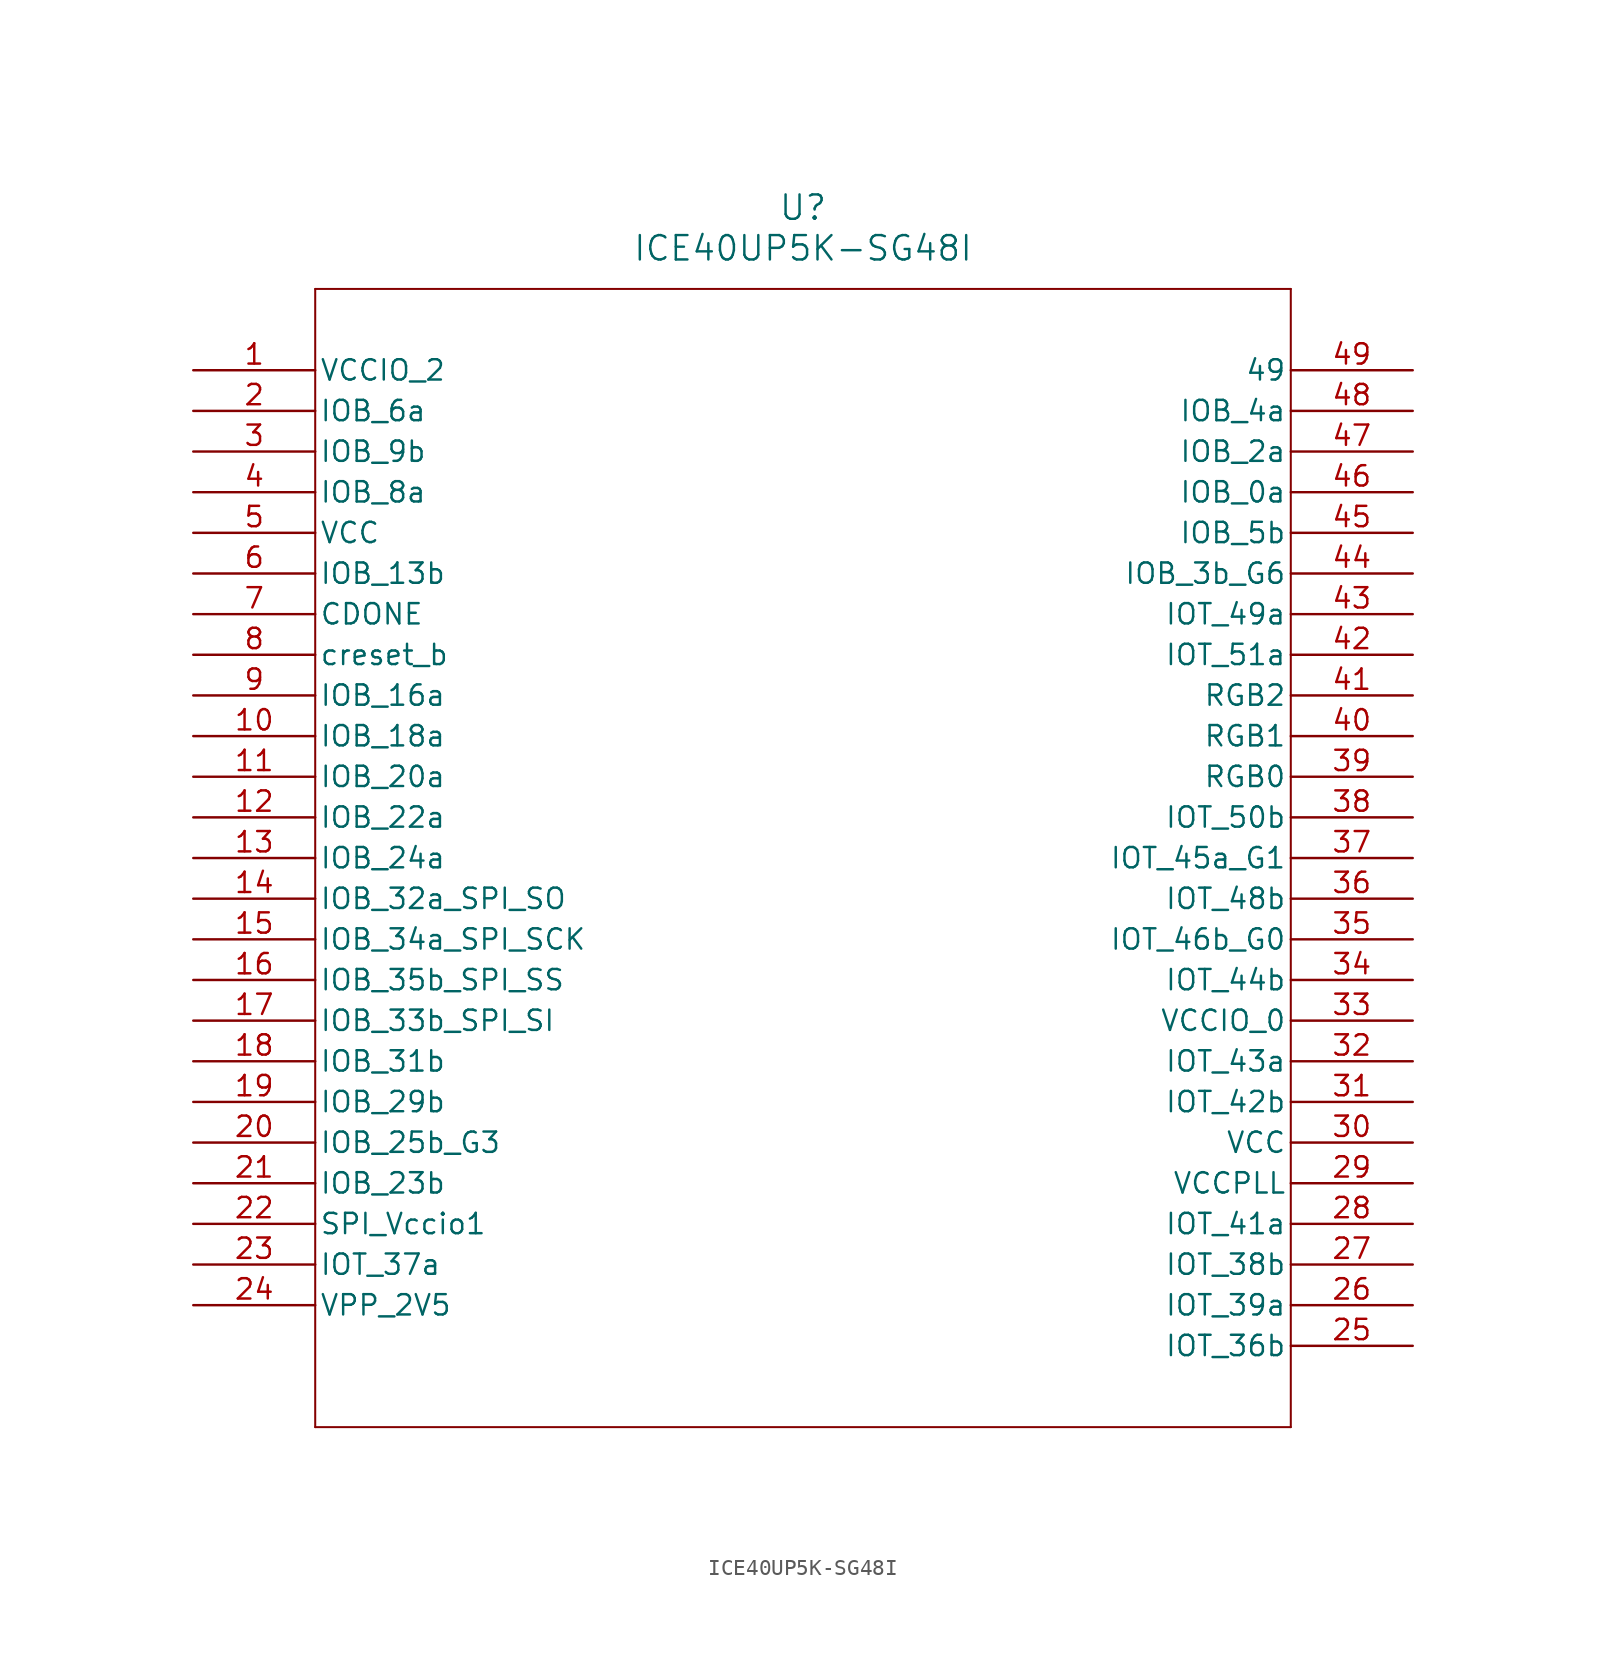
<source format=kicad_sym>
(kicad_symbol_lib
  (version 20211014)
  (generator kicad_symbol_editor)
  (symbol "ICE40UP5K-SG48I"
    (pin_names
      (offset 0.254))
    (property "Reference" "U"
      (at 38.1 10.16 0)
      (effects (font (size 1.524 1.524))))
    (property "Value" "ICE40UP5K-SG48I"
      (at 38.1 7.62 0)
      (effects (font (size 1.524 1.524))))
    (symbol "ICE40UP5K-SG48I_0_1"
      (polyline (pts (xy 7.62 5.08) (xy 7.62 -66.04)) (stroke (width 0.127) (type default) (color 0 0 0 0)) (fill (type none)))
      (polyline (pts (xy 7.62 -66.04) (xy 68.58 -66.04)) (stroke (width 0.127) (type default) (color 0 0 0 0)) (fill (type none)))
      (polyline (pts (xy 68.58 -66.04) (xy 68.58 5.08)) (stroke (width 0.127) (type default) (color 0 0 0 0)) (fill (type none)))
      (polyline (pts (xy 68.58 5.08) (xy 7.62 5.08)) (stroke (width 0.127) (type default) (color 0 0 0 0)) (fill (type none)))
      (pin power_in line (at 0 0 0) (length 7.62) (name "VCCIO_2" (effects (font (size 1.27 1.27)))) (number "1" (effects (font (size 1.27 1.27)))))
      (pin bidirectional line (at 0 -2.54 0) (length 7.62) (name "IOB_6a" (effects (font (size 1.27 1.27)))) (number "2" (effects (font (size 1.27 1.27)))))
      (pin bidirectional line (at 0 -5.08 0) (length 7.62) (name "IOB_9b" (effects (font (size 1.27 1.27)))) (number "3" (effects (font (size 1.27 1.27)))))
      (pin bidirectional line (at 0 -7.62 0) (length 7.62) (name "IOB_8a" (effects (font (size 1.27 1.27)))) (number "4" (effects (font (size 1.27 1.27)))))
      (pin power_in line (at 0 -10.16 0) (length 7.62) (name "VCC" (effects (font (size 1.27 1.27)))) (number "5" (effects (font (size 1.27 1.27)))))
      (pin bidirectional line (at 0 -12.7 0) (length 7.62) (name "IOB_13b" (effects (font (size 1.27 1.27)))) (number "6" (effects (font (size 1.27 1.27)))))
      (pin bidirectional line (at 0 -15.24 0) (length 7.62) (name "CDONE" (effects (font (size 1.27 1.27)))) (number "7" (effects (font (size 1.27 1.27)))))
      (pin unspecified line (at 0 -17.78 0) (length 7.62) (name "creset_b" (effects (font (size 1.27 1.27)))) (number "8" (effects (font (size 1.27 1.27)))))
      (pin bidirectional line (at 0 -20.32 0) (length 7.62) (name "IOB_16a" (effects (font (size 1.27 1.27)))) (number "9" (effects (font (size 1.27 1.27)))))
      (pin bidirectional line (at 0 -22.86 0) (length 7.62) (name "IOB_18a" (effects (font (size 1.27 1.27)))) (number "10" (effects (font (size 1.27 1.27)))))
      (pin bidirectional line (at 0 -25.4 0) (length 7.62) (name "IOB_20a" (effects (font (size 1.27 1.27)))) (number "11" (effects (font (size 1.27 1.27)))))
      (pin bidirectional line (at 0 -27.94 0) (length 7.62) (name "IOB_22a" (effects (font (size 1.27 1.27)))) (number "12" (effects (font (size 1.27 1.27)))))
      (pin bidirectional line (at 0 -30.48 0) (length 7.62) (name "IOB_24a" (effects (font (size 1.27 1.27)))) (number "13" (effects (font (size 1.27 1.27)))))
      (pin bidirectional line (at 0 -33.02 0) (length 7.62) (name "IOB_32a_SPI_SO" (effects (font (size 1.27 1.27)))) (number "14" (effects (font (size 1.27 1.27)))))
      (pin bidirectional line (at 0 -35.56 0) (length 7.62) (name "IOB_34a_SPI_SCK" (effects (font (size 1.27 1.27)))) (number "15" (effects (font (size 1.27 1.27)))))
      (pin bidirectional line (at 0 -38.1 0) (length 7.62) (name "IOB_35b_SPI_SS" (effects (font (size 1.27 1.27)))) (number "16" (effects (font (size 1.27 1.27)))))
      (pin bidirectional line (at 0 -40.64 0) (length 7.62) (name "IOB_33b_SPI_SI" (effects (font (size 1.27 1.27)))) (number "17" (effects (font (size 1.27 1.27)))))
      (pin bidirectional line (at 0 -43.18 0) (length 7.62) (name "IOB_31b" (effects (font (size 1.27 1.27)))) (number "18" (effects (font (size 1.27 1.27)))))
      (pin bidirectional line (at 0 -45.72 0) (length 7.62) (name "IOB_29b" (effects (font (size 1.27 1.27)))) (number "19" (effects (font (size 1.27 1.27)))))
      (pin bidirectional line (at 0 -48.26 0) (length 7.62) (name "IOB_25b_G3" (effects (font (size 1.27 1.27)))) (number "20" (effects (font (size 1.27 1.27)))))
      (pin bidirectional line (at 0 -50.8 0) (length 7.62) (name "IOB_23b" (effects (font (size 1.27 1.27)))) (number "21" (effects (font (size 1.27 1.27)))))
      (pin power_in line (at 0 -53.34 0) (length 7.62) (name "SPI_Vccio1" (effects (font (size 1.27 1.27)))) (number "22" (effects (font (size 1.27 1.27)))))
      (pin bidirectional line (at 0 -55.88 0) (length 7.62) (name "IOT_37a" (effects (font (size 1.27 1.27)))) (number "23" (effects (font (size 1.27 1.27)))))
      (pin power_in line (at 0 -58.42 0) (length 7.62) (name "VPP_2V5" (effects (font (size 1.27 1.27)))) (number "24" (effects (font (size 1.27 1.27)))))
      (pin bidirectional line (at 76.2 -60.96 180) (length 7.62) (name "IOT_36b" (effects (font (size 1.27 1.27)))) (number "25" (effects (font (size 1.27 1.27)))))
      (pin bidirectional line (at 76.2 -58.42 180) (length 7.62) (name "IOT_39a" (effects (font (size 1.27 1.27)))) (number "26" (effects (font (size 1.27 1.27)))))
      (pin bidirectional line (at 76.2 -55.88 180) (length 7.62) (name "IOT_38b" (effects (font (size 1.27 1.27)))) (number "27" (effects (font (size 1.27 1.27)))))
      (pin bidirectional line (at 76.2 -53.34 180) (length 7.62) (name "IOT_41a" (effects (font (size 1.27 1.27)))) (number "28" (effects (font (size 1.27 1.27)))))
      (pin power_in line (at 76.2 -50.8 180) (length 7.62) (name "VCCPLL" (effects (font (size 1.27 1.27)))) (number "29" (effects (font (size 1.27 1.27)))))
      (pin power_in line (at 76.2 -48.26 180) (length 7.62) (name "VCC" (effects (font (size 1.27 1.27)))) (number "30" (effects (font (size 1.27 1.27)))))
      (pin bidirectional line (at 76.2 -45.72 180) (length 7.62) (name "IOT_42b" (effects (font (size 1.27 1.27)))) (number "31" (effects (font (size 1.27 1.27)))))
      (pin bidirectional line (at 76.2 -43.18 180) (length 7.62) (name "IOT_43a" (effects (font (size 1.27 1.27)))) (number "32" (effects (font (size 1.27 1.27)))))
      (pin power_in line (at 76.2 -40.64 180) (length 7.62) (name "VCCIO_0" (effects (font (size 1.27 1.27)))) (number "33" (effects (font (size 1.27 1.27)))))
      (pin bidirectional line (at 76.2 -38.1 180) (length 7.62) (name "IOT_44b" (effects (font (size 1.27 1.27)))) (number "34" (effects (font (size 1.27 1.27)))))
      (pin bidirectional line (at 76.2 -35.56 180) (length 7.62) (name "IOT_46b_G0" (effects (font (size 1.27 1.27)))) (number "35" (effects (font (size 1.27 1.27)))))
      (pin bidirectional line (at 76.2 -33.02 180) (length 7.62) (name "IOT_48b" (effects (font (size 1.27 1.27)))) (number "36" (effects (font (size 1.27 1.27)))))
      (pin bidirectional line (at 76.2 -30.48 180) (length 7.62) (name "IOT_45a_G1" (effects (font (size 1.27 1.27)))) (number "37" (effects (font (size 1.27 1.27)))))
      (pin bidirectional line (at 76.2 -27.94 180) (length 7.62) (name "IOT_50b" (effects (font (size 1.27 1.27)))) (number "38" (effects (font (size 1.27 1.27)))))
      (pin bidirectional line (at 76.2 -25.4 180) (length 7.62) (name "RGB0" (effects (font (size 1.27 1.27)))) (number "39" (effects (font (size 1.27 1.27)))))
      (pin bidirectional line (at 76.2 -22.86 180) (length 7.62) (name "RGB1" (effects (font (size 1.27 1.27)))) (number "40" (effects (font (size 1.27 1.27)))))
      (pin bidirectional line (at 76.2 -20.32 180) (length 7.62) (name "RGB2" (effects (font (size 1.27 1.27)))) (number "41" (effects (font (size 1.27 1.27)))))
      (pin bidirectional line (at 76.2 -17.78 180) (length 7.62) (name "IOT_51a" (effects (font (size 1.27 1.27)))) (number "42" (effects (font (size 1.27 1.27)))))
      (pin bidirectional line (at 76.2 -15.24 180) (length 7.62) (name "IOT_49a" (effects (font (size 1.27 1.27)))) (number "43" (effects (font (size 1.27 1.27)))))
      (pin bidirectional line (at 76.2 -12.7 180) (length 7.62) (name "IOB_3b_G6" (effects (font (size 1.27 1.27)))) (number "44" (effects (font (size 1.27 1.27)))))
      (pin bidirectional line (at 76.2 -10.16 180) (length 7.62) (name "IOB_5b" (effects (font (size 1.27 1.27)))) (number "45" (effects (font (size 1.27 1.27)))))
      (pin bidirectional line (at 76.2 -7.62 180) (length 7.62) (name "IOB_0a" (effects (font (size 1.27 1.27)))) (number "46" (effects (font (size 1.27 1.27)))))
      (pin bidirectional line (at 76.2 -5.08 180) (length 7.62) (name "IOB_2a" (effects (font (size 1.27 1.27)))) (number "47" (effects (font (size 1.27 1.27)))))
      (pin bidirectional line (at 76.2 -2.54 180) (length 7.62) (name "IOB_4a" (effects (font (size 1.27 1.27)))) (number "48" (effects (font (size 1.27 1.27)))))
      (pin unspecified line (at 76.2 0 180) (length 7.62) (name "49" (effects (font (size 1.27 1.27)))) (number "49" (effects (font (size 1.27 1.27))))))))
</source>
